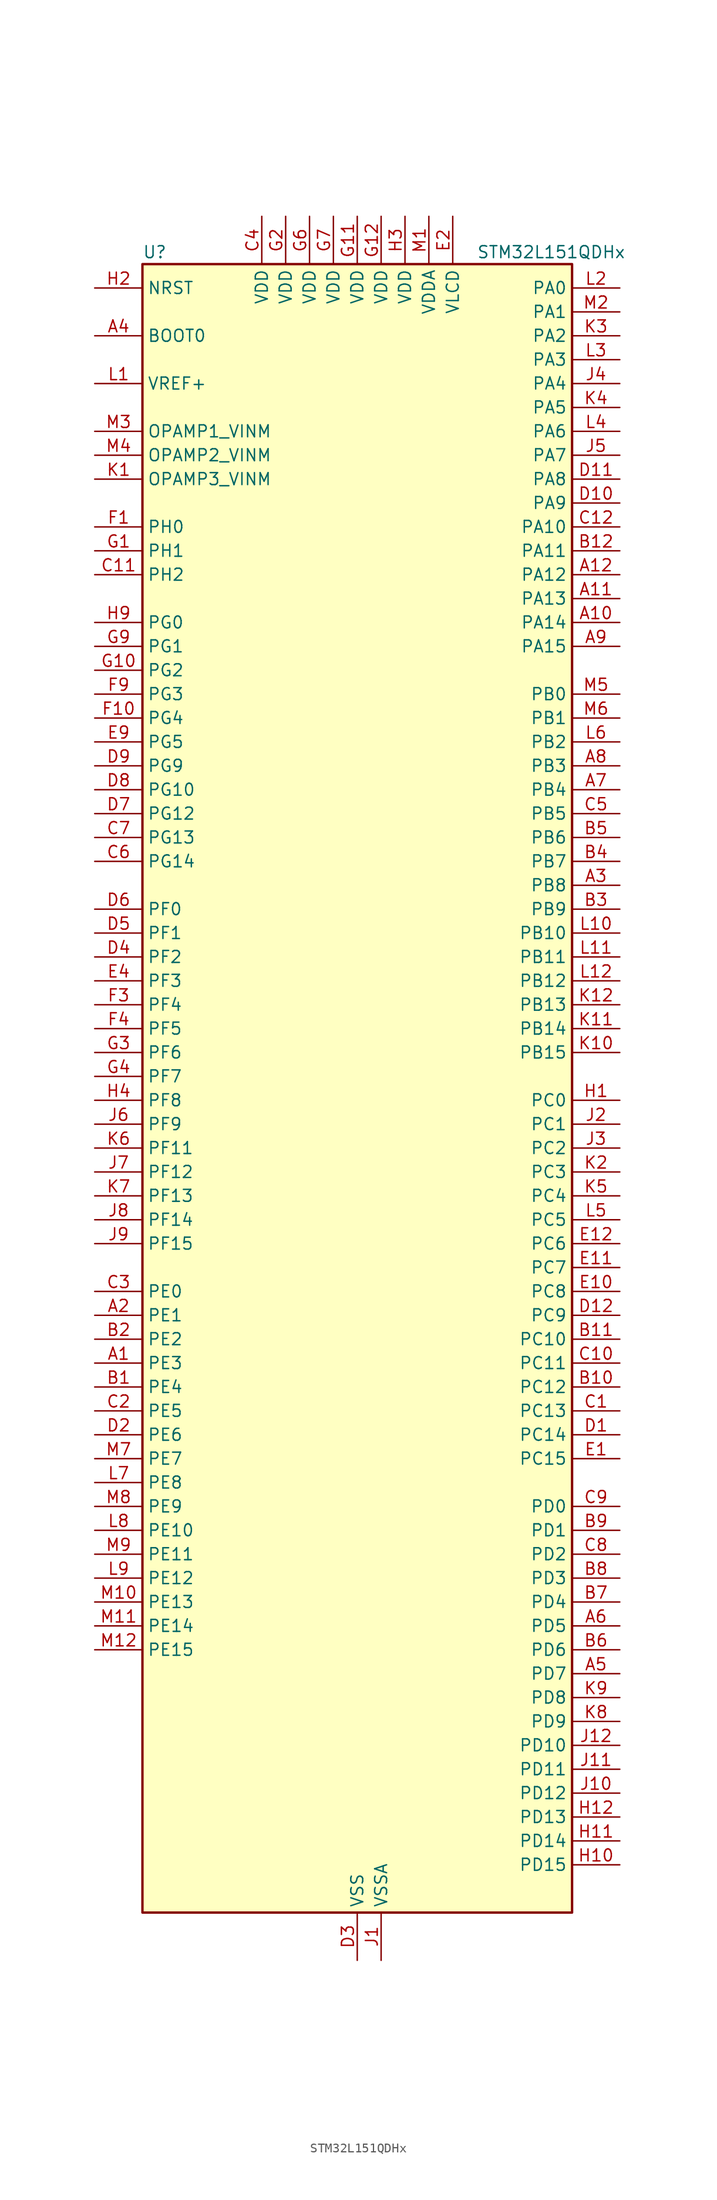
<source format=kicad_sym>
(kicad_symbol_lib
  (version 20220914)
  (generator kicad_symbol_editor)
  (symbol "STM32L151QDHx"
    (property "Reference" "U"
      (at -22.86 90.17 0)
      (effects (font (size 1.27 1.27)) (justify left)))
    (property "Value" "STM32L151QDHx"
      (at 12.7 90.17 0)
      (effects (font (size 1.27 1.27)) (justify left)))
    (property "ki_locked" ""
      (at 0 0 0)
      (effects (font (size 1.27 1.27))))
    (symbol "STM32L151QDHx_0_1"
      (rectangle (start -22.86 -86.36) (end 22.86 88.9) (stroke (width 0.254) (type default)) (fill (type background))))
    (symbol "STM32L151QDHx_1_1"
      (pin bidirectional line (at -27.94 -27.94 0) (length 5.08) (name "PE3" (effects (font (size 1.27 1.27)))) (number "A1" (effects (font (size 1.27 1.27)))) (alternate "FSMC_A19" bidirectional line) (alternate "SYS_TRACED0" bidirectional line) (alternate "TIM3_CH1" bidirectional line) (alternate "TIMX_IC4" bidirectional line))
      (pin bidirectional line (at 27.94 50.8 180) (length 5.08) (name "PA14" (effects (font (size 1.27 1.27)))) (number "A10" (effects (font (size 1.27 1.27)))) (alternate "SYS_JTCK-SWCLK" bidirectional line) (alternate "TIMX_IC3" bidirectional line) (alternate "TS_G5_IO2" bidirectional line))
      (pin bidirectional line (at 27.94 53.34 180) (length 5.08) (name "PA13" (effects (font (size 1.27 1.27)))) (number "A11" (effects (font (size 1.27 1.27)))) (alternate "SYS_JTMS-SWDIO" bidirectional line) (alternate "TIMX_IC2" bidirectional line) (alternate "TS_G5_IO1" bidirectional line))
      (pin bidirectional line (at 27.94 55.88 180) (length 5.08) (name "PA12" (effects (font (size 1.27 1.27)))) (number "A12" (effects (font (size 1.27 1.27)))) (alternate "SPI1_MOSI" bidirectional line) (alternate "TIMX_IC1" bidirectional line) (alternate "USART1_RTS" bidirectional line) (alternate "USB_DP" bidirectional line))
      (pin bidirectional line (at -27.94 -22.86 0) (length 5.08) (name "PE1" (effects (font (size 1.27 1.27)))) (number "A2" (effects (font (size 1.27 1.27)))) (alternate "FSMC_NBL1" bidirectional line) (alternate "TIM11_CH1" bidirectional line) (alternate "TIMX_IC2" bidirectional line))
      (pin bidirectional line (at 27.94 22.86 180) (length 5.08) (name "PB8" (effects (font (size 1.27 1.27)))) (number "A3" (effects (font (size 1.27 1.27)))) (alternate "I2C1_SCL" bidirectional line) (alternate "SDIO_D4" bidirectional line) (alternate "TIM10_CH1" bidirectional line) (alternate "TIM4_CH3" bidirectional line))
      (pin input line (at -27.94 81.28 0) (length 5.08) (name "BOOT0" (effects (font (size 1.27 1.27)))) (number "A4" (effects (font (size 1.27 1.27)))))
      (pin bidirectional line (at 27.94 -60.96 180) (length 5.08) (name "PD7" (effects (font (size 1.27 1.27)))) (number "A5" (effects (font (size 1.27 1.27)))) (alternate "FSMC_NE1" bidirectional line) (alternate "TIM9_CH2" bidirectional line) (alternate "TIMX_IC4" bidirectional line) (alternate "USART2_CK" bidirectional line))
      (pin bidirectional line (at 27.94 -55.88 180) (length 5.08) (name "PD5" (effects (font (size 1.27 1.27)))) (number "A6" (effects (font (size 1.27 1.27)))) (alternate "FSMC_NWE" bidirectional line) (alternate "TIMX_IC2" bidirectional line) (alternate "USART2_TX" bidirectional line))
      (pin bidirectional line (at 27.94 33.02 180) (length 5.08) (name "PB4" (effects (font (size 1.27 1.27)))) (number "A7" (effects (font (size 1.27 1.27)))) (alternate "COMP2_INP" bidirectional line) (alternate "SPI1_MISO" bidirectional line) (alternate "SPI3_MISO" bidirectional line) (alternate "SYS_JTRST" bidirectional line) (alternate "TIM3_CH1" bidirectional line) (alternate "TS_G6_IO1" bidirectional line))
      (pin bidirectional line (at 27.94 35.56 180) (length 5.08) (name "PB3" (effects (font (size 1.27 1.27)))) (number "A8" (effects (font (size 1.27 1.27)))) (alternate "COMP2_INM" bidirectional line) (alternate "I2S3_CK" bidirectional line) (alternate "SPI1_SCK" bidirectional line) (alternate "SPI3_SCK" bidirectional line) (alternate "SYS_JTDO-TRACESWO" bidirectional line) (alternate "TIM2_CH2" bidirectional line))
      (pin bidirectional line (at 27.94 48.26 180) (length 5.08) (name "PA15" (effects (font (size 1.27 1.27)))) (number "A9" (effects (font (size 1.27 1.27)))) (alternate "ADC_EXTI15" bidirectional line) (alternate "I2S3_WS" bidirectional line) (alternate "SPI1_NSS" bidirectional line) (alternate "SPI3_NSS" bidirectional line) (alternate "SYS_JTDI" bidirectional line) (alternate "TIM2_CH1" bidirectional line) (alternate "TIM2_ETR" bidirectional line) (alternate "TIMX_IC4" bidirectional line) (alternate "TS_G5_IO3" bidirectional line))
      (pin bidirectional line (at -27.94 -30.48 0) (length 5.08) (name "PE4" (effects (font (size 1.27 1.27)))) (number "B1" (effects (font (size 1.27 1.27)))) (alternate "FSMC_A20" bidirectional line) (alternate "SYS_TRACED1" bidirectional line) (alternate "TIM3_CH2" bidirectional line) (alternate "TIMX_IC1" bidirectional line))
      (pin bidirectional line (at 27.94 -30.48 180) (length 5.08) (name "PC12" (effects (font (size 1.27 1.27)))) (number "B10" (effects (font (size 1.27 1.27)))) (alternate "I2S3_SD" bidirectional line) (alternate "SDIO_CK" bidirectional line) (alternate "SPI3_MOSI" bidirectional line) (alternate "TIMX_IC1" bidirectional line) (alternate "UART5_TX" bidirectional line) (alternate "USART3_CK" bidirectional line))
      (pin bidirectional line (at 27.94 -25.4 180) (length 5.08) (name "PC10" (effects (font (size 1.27 1.27)))) (number "B11" (effects (font (size 1.27 1.27)))) (alternate "I2S3_CK" bidirectional line) (alternate "SDIO_D2" bidirectional line) (alternate "SPI3_SCK" bidirectional line) (alternate "TIMX_IC3" bidirectional line) (alternate "UART4_TX" bidirectional line) (alternate "USART3_TX" bidirectional line))
      (pin bidirectional line (at 27.94 58.42 180) (length 5.08) (name "PA11" (effects (font (size 1.27 1.27)))) (number "B12" (effects (font (size 1.27 1.27)))) (alternate "ADC_EXTI11" bidirectional line) (alternate "SPI1_MISO" bidirectional line) (alternate "TIMX_IC4" bidirectional line) (alternate "USART1_CTS" bidirectional line) (alternate "USB_DM" bidirectional line))
      (pin bidirectional line (at -27.94 -25.4 0) (length 5.08) (name "PE2" (effects (font (size 1.27 1.27)))) (number "B2" (effects (font (size 1.27 1.27)))) (alternate "FSMC_A23" bidirectional line) (alternate "SYS_TRACECK" bidirectional line) (alternate "TIM3_ETR" bidirectional line) (alternate "TIMX_IC3" bidirectional line))
      (pin bidirectional line (at 27.94 20.32 180) (length 5.08) (name "PB9" (effects (font (size 1.27 1.27)))) (number "B3" (effects (font (size 1.27 1.27)))) (alternate "DAC_EXTI9" bidirectional line) (alternate "I2C1_SDA" bidirectional line) (alternate "SDIO_D5" bidirectional line) (alternate "TIM11_CH1" bidirectional line) (alternate "TIM4_CH4" bidirectional line))
      (pin bidirectional line (at 27.94 25.4 180) (length 5.08) (name "PB7" (effects (font (size 1.27 1.27)))) (number "B4" (effects (font (size 1.27 1.27)))) (alternate "COMP2_INP" bidirectional line) (alternate "FSMC_NL" bidirectional line) (alternate "I2C1_SDA" bidirectional line) (alternate "SYS_PVD_IN" bidirectional line) (alternate "TIM4_CH2" bidirectional line) (alternate "TS_G6_IO4" bidirectional line) (alternate "USART1_RX" bidirectional line))
      (pin bidirectional line (at 27.94 27.94 180) (length 5.08) (name "PB6" (effects (font (size 1.27 1.27)))) (number "B5" (effects (font (size 1.27 1.27)))) (alternate "COMP2_INP" bidirectional line) (alternate "I2C1_SCL" bidirectional line) (alternate "TIM4_CH1" bidirectional line) (alternate "TS_G6_IO3" bidirectional line) (alternate "USART1_TX" bidirectional line))
      (pin bidirectional line (at 27.94 -58.42 180) (length 5.08) (name "PD6" (effects (font (size 1.27 1.27)))) (number "B6" (effects (font (size 1.27 1.27)))) (alternate "FSMC_NWAIT" bidirectional line) (alternate "TIMX_IC3" bidirectional line) (alternate "USART2_RX" bidirectional line))
      (pin bidirectional line (at 27.94 -53.34 180) (length 5.08) (name "PD4" (effects (font (size 1.27 1.27)))) (number "B7" (effects (font (size 1.27 1.27)))) (alternate "FSMC_NOE" bidirectional line) (alternate "I2S2_SD" bidirectional line) (alternate "SPI2_MOSI" bidirectional line) (alternate "TIMX_IC1" bidirectional line) (alternate "USART2_RTS" bidirectional line))
      (pin bidirectional line (at 27.94 -50.8 180) (length 5.08) (name "PD3" (effects (font (size 1.27 1.27)))) (number "B8" (effects (font (size 1.27 1.27)))) (alternate "FSMC_CLK" bidirectional line) (alternate "SPI2_MISO" bidirectional line) (alternate "TIMX_IC4" bidirectional line) (alternate "USART2_CTS" bidirectional line))
      (pin bidirectional line (at 27.94 -45.72 180) (length 5.08) (name "PD1" (effects (font (size 1.27 1.27)))) (number "B9" (effects (font (size 1.27 1.27)))) (alternate "FSMC_D3" bidirectional line) (alternate "FSMC_DA3" bidirectional line) (alternate "I2S2_CK" bidirectional line) (alternate "SPI2_SCK" bidirectional line) (alternate "TIMX_IC2" bidirectional line))
      (pin bidirectional line (at 27.94 -33.02 180) (length 5.08) (name "PC13" (effects (font (size 1.27 1.27)))) (number "C1" (effects (font (size 1.27 1.27)))) (alternate "RTC_OUT_ALARM" bidirectional line) (alternate "RTC_OUT_CALIB" bidirectional line) (alternate "RTC_TAMP1" bidirectional line) (alternate "RTC_TS" bidirectional line) (alternate "SYS_WKUP2" bidirectional line) (alternate "TIMX_IC2" bidirectional line))
      (pin bidirectional line (at 27.94 -27.94 180) (length 5.08) (name "PC11" (effects (font (size 1.27 1.27)))) (number "C10" (effects (font (size 1.27 1.27)))) (alternate "ADC_EXTI11" bidirectional line) (alternate "SDIO_D3" bidirectional line) (alternate "SPI3_MISO" bidirectional line) (alternate "TIMX_IC4" bidirectional line) (alternate "UART4_RX" bidirectional line) (alternate "USART3_RX" bidirectional line))
      (pin bidirectional line (at -27.94 55.88 0) (length 5.08) (name "PH2" (effects (font (size 1.27 1.27)))) (number "C11" (effects (font (size 1.27 1.27)))) (alternate "FSMC_A22" bidirectional line))
      (pin bidirectional line (at 27.94 60.96 180) (length 5.08) (name "PA10" (effects (font (size 1.27 1.27)))) (number "C12" (effects (font (size 1.27 1.27)))) (alternate "TIMX_IC3" bidirectional line) (alternate "TS_G4_IO3" bidirectional line) (alternate "USART1_RX" bidirectional line))
      (pin bidirectional line (at -27.94 -33.02 0) (length 5.08) (name "PE5" (effects (font (size 1.27 1.27)))) (number "C2" (effects (font (size 1.27 1.27)))) (alternate "FSMC_A21" bidirectional line) (alternate "SYS_TRACED2" bidirectional line) (alternate "TIM9_CH1" bidirectional line) (alternate "TIMX_IC2" bidirectional line))
      (pin bidirectional line (at -27.94 -20.32 0) (length 5.08) (name "PE0" (effects (font (size 1.27 1.27)))) (number "C3" (effects (font (size 1.27 1.27)))) (alternate "FSMC_NBL0" bidirectional line) (alternate "TIM10_CH1" bidirectional line) (alternate "TIM4_ETR" bidirectional line) (alternate "TIMX_IC1" bidirectional line))
      (pin power_in line (at -10.16 93.98 270) (length 5.08) (name "VDD" (effects (font (size 1.27 1.27)))) (number "C4" (effects (font (size 1.27 1.27)))))
      (pin bidirectional line (at 27.94 30.48 180) (length 5.08) (name "PB5" (effects (font (size 1.27 1.27)))) (number "C5" (effects (font (size 1.27 1.27)))) (alternate "COMP2_INP" bidirectional line) (alternate "I2C1_SMBA" bidirectional line) (alternate "I2S3_SD" bidirectional line) (alternate "SPI1_MOSI" bidirectional line) (alternate "SPI3_MOSI" bidirectional line) (alternate "TIM3_CH2" bidirectional line) (alternate "TS_G6_IO2" bidirectional line))
      (pin bidirectional line (at -27.94 25.4 0) (length 5.08) (name "PG14" (effects (font (size 1.27 1.27)))) (number "C6" (effects (font (size 1.27 1.27)))) (alternate "FSMC_A25" bidirectional line))
      (pin bidirectional line (at -27.94 27.94 0) (length 5.08) (name "PG13" (effects (font (size 1.27 1.27)))) (number "C7" (effects (font (size 1.27 1.27)))) (alternate "FSMC_A24" bidirectional line))
      (pin bidirectional line (at 27.94 -48.26 180) (length 5.08) (name "PD2" (effects (font (size 1.27 1.27)))) (number "C8" (effects (font (size 1.27 1.27)))) (alternate "SDIO_CMD" bidirectional line) (alternate "TIM3_ETR" bidirectional line) (alternate "TIMX_IC3" bidirectional line) (alternate "UART5_RX" bidirectional line))
      (pin bidirectional line (at 27.94 -43.18 180) (length 5.08) (name "PD0" (effects (font (size 1.27 1.27)))) (number "C9" (effects (font (size 1.27 1.27)))) (alternate "FSMC_D2" bidirectional line) (alternate "FSMC_DA2" bidirectional line) (alternate "I2S2_WS" bidirectional line) (alternate "SPI2_NSS" bidirectional line) (alternate "TIM9_CH1" bidirectional line) (alternate "TIMX_IC1" bidirectional line))
      (pin bidirectional line (at 27.94 -35.56 180) (length 5.08) (name "PC14" (effects (font (size 1.27 1.27)))) (number "D1" (effects (font (size 1.27 1.27)))) (alternate "RCC_OSC32_IN" bidirectional line) (alternate "TIMX_IC3" bidirectional line))
      (pin bidirectional line (at 27.94 63.5 180) (length 5.08) (name "PA9" (effects (font (size 1.27 1.27)))) (number "D10" (effects (font (size 1.27 1.27)))) (alternate "DAC_EXTI9" bidirectional line) (alternate "TIMX_IC2" bidirectional line) (alternate "TS_G4_IO2" bidirectional line) (alternate "USART1_TX" bidirectional line))
      (pin bidirectional line (at 27.94 66.04 180) (length 5.08) (name "PA8" (effects (font (size 1.27 1.27)))) (number "D11" (effects (font (size 1.27 1.27)))) (alternate "RCC_MCO" bidirectional line) (alternate "TIMX_IC1" bidirectional line) (alternate "TS_G4_IO1" bidirectional line) (alternate "USART1_CK" bidirectional line))
      (pin bidirectional line (at 27.94 -22.86 180) (length 5.08) (name "PC9" (effects (font (size 1.27 1.27)))) (number "D12" (effects (font (size 1.27 1.27)))) (alternate "DAC_EXTI9" bidirectional line) (alternate "SDIO_D1" bidirectional line) (alternate "TIM3_CH4" bidirectional line) (alternate "TIMX_IC2" bidirectional line) (alternate "TS_G10_IO4" bidirectional line))
      (pin bidirectional line (at -27.94 -35.56 0) (length 5.08) (name "PE6" (effects (font (size 1.27 1.27)))) (number "D2" (effects (font (size 1.27 1.27)))) (alternate "RTC_TAMP3" bidirectional line) (alternate "SYS_TRACED3" bidirectional line) (alternate "SYS_WKUP3" bidirectional line) (alternate "TIM9_CH2" bidirectional line) (alternate "TIMX_IC3" bidirectional line))
      (pin power_in line (at 0 -91.44 90) (length 5.08) (name "VSS" (effects (font (size 1.27 1.27)))) (number "D3" (effects (font (size 1.27 1.27)))))
      (pin bidirectional line (at -27.94 15.24 0) (length 5.08) (name "PF2" (effects (font (size 1.27 1.27)))) (number "D4" (effects (font (size 1.27 1.27)))) (alternate "FSMC_A2" bidirectional line))
      (pin bidirectional line (at -27.94 17.78 0) (length 5.08) (name "PF1" (effects (font (size 1.27 1.27)))) (number "D5" (effects (font (size 1.27 1.27)))) (alternate "FSMC_A1" bidirectional line))
      (pin bidirectional line (at -27.94 20.32 0) (length 5.08) (name "PF0" (effects (font (size 1.27 1.27)))) (number "D6" (effects (font (size 1.27 1.27)))) (alternate "FSMC_A0" bidirectional line))
      (pin bidirectional line (at -27.94 30.48 0) (length 5.08) (name "PG12" (effects (font (size 1.27 1.27)))) (number "D7" (effects (font (size 1.27 1.27)))) (alternate "FSMC_NE4" bidirectional line))
      (pin bidirectional line (at -27.94 33.02 0) (length 5.08) (name "PG10" (effects (font (size 1.27 1.27)))) (number "D8" (effects (font (size 1.27 1.27)))) (alternate "FSMC_NE3" bidirectional line))
      (pin bidirectional line (at -27.94 35.56 0) (length 5.08) (name "PG9" (effects (font (size 1.27 1.27)))) (number "D9" (effects (font (size 1.27 1.27)))) (alternate "DAC_EXTI9" bidirectional line) (alternate "FSMC_NE2" bidirectional line))
      (pin bidirectional line (at 27.94 -38.1 180) (length 5.08) (name "PC15" (effects (font (size 1.27 1.27)))) (number "E1" (effects (font (size 1.27 1.27)))) (alternate "ADC_EXTI15" bidirectional line) (alternate "RCC_OSC32_OUT" bidirectional line) (alternate "TIMX_IC4" bidirectional line))
      (pin bidirectional line (at 27.94 -20.32 180) (length 5.08) (name "PC8" (effects (font (size 1.27 1.27)))) (number "E10" (effects (font (size 1.27 1.27)))) (alternate "SDIO_D0" bidirectional line) (alternate "TIM3_CH3" bidirectional line) (alternate "TIMX_IC1" bidirectional line) (alternate "TS_G10_IO3" bidirectional line))
      (pin bidirectional line (at 27.94 -17.78 180) (length 5.08) (name "PC7" (effects (font (size 1.27 1.27)))) (number "E11" (effects (font (size 1.27 1.27)))) (alternate "I2S3_MCK" bidirectional line) (alternate "SDIO_D7" bidirectional line) (alternate "TIM3_CH2" bidirectional line) (alternate "TIMX_IC4" bidirectional line) (alternate "TS_G10_IO2" bidirectional line))
      (pin bidirectional line (at 27.94 -15.24 180) (length 5.08) (name "PC6" (effects (font (size 1.27 1.27)))) (number "E12" (effects (font (size 1.27 1.27)))) (alternate "I2S2_MCK" bidirectional line) (alternate "SDIO_D6" bidirectional line) (alternate "TIM3_CH1" bidirectional line) (alternate "TIMX_IC3" bidirectional line) (alternate "TS_G10_IO1" bidirectional line))
      (pin power_in line (at 10.16 93.98 270) (length 5.08) (name "VLCD" (effects (font (size 1.27 1.27)))) (number "E2" (effects (font (size 1.27 1.27)))))
      (pin passive line (at 0 -91.44 90) (length 5.08) hide (name "VSS" (effects (font (size 1.27 1.27)))) (number "E3" (effects (font (size 1.27 1.27)))))
      (pin bidirectional line (at -27.94 12.7 0) (length 5.08) (name "PF3" (effects (font (size 1.27 1.27)))) (number "E4" (effects (font (size 1.27 1.27)))) (alternate "FSMC_A3" bidirectional line))
      (pin bidirectional line (at -27.94 38.1 0) (length 5.08) (name "PG5" (effects (font (size 1.27 1.27)))) (number "E9" (effects (font (size 1.27 1.27)))) (alternate "FSMC_A15" bidirectional line))
      (pin bidirectional line (at -27.94 60.96 0) (length 5.08) (name "PH0" (effects (font (size 1.27 1.27)))) (number "F1" (effects (font (size 1.27 1.27)))) (alternate "RCC_OSC_IN" bidirectional line))
      (pin bidirectional line (at -27.94 40.64 0) (length 5.08) (name "PG4" (effects (font (size 1.27 1.27)))) (number "F10" (effects (font (size 1.27 1.27)))) (alternate "ADC_IN12b" bidirectional line) (alternate "FSMC_A14" bidirectional line) (alternate "TS_G7_IO7" bidirectional line))
      (pin passive line (at 0 -91.44 90) (length 5.08) hide (name "VSS" (effects (font (size 1.27 1.27)))) (number "F11" (effects (font (size 1.27 1.27)))))
      (pin passive line (at 0 -91.44 90) (length 5.08) hide (name "VSS" (effects (font (size 1.27 1.27)))) (number "F12" (effects (font (size 1.27 1.27)))))
      (pin passive line (at 0 -91.44 90) (length 5.08) hide (name "VSS" (effects (font (size 1.27 1.27)))) (number "F2" (effects (font (size 1.27 1.27)))))
      (pin bidirectional line (at -27.94 10.16 0) (length 5.08) (name "PF4" (effects (font (size 1.27 1.27)))) (number "F3" (effects (font (size 1.27 1.27)))) (alternate "FSMC_A4" bidirectional line))
      (pin bidirectional line (at -27.94 7.62 0) (length 5.08) (name "PF5" (effects (font (size 1.27 1.27)))) (number "F4" (effects (font (size 1.27 1.27)))) (alternate "FSMC_A5" bidirectional line))
      (pin passive line (at 0 -91.44 90) (length 5.08) hide (name "VSS" (effects (font (size 1.27 1.27)))) (number "F6" (effects (font (size 1.27 1.27)))))
      (pin passive line (at 0 -91.44 90) (length 5.08) hide (name "VSS" (effects (font (size 1.27 1.27)))) (number "F7" (effects (font (size 1.27 1.27)))))
      (pin bidirectional line (at -27.94 43.18 0) (length 5.08) (name "PG3" (effects (font (size 1.27 1.27)))) (number "F9" (effects (font (size 1.27 1.27)))) (alternate "ADC_IN11b" bidirectional line) (alternate "FSMC_A13" bidirectional line) (alternate "TS_G7_IO6" bidirectional line))
      (pin bidirectional line (at -27.94 58.42 0) (length 5.08) (name "PH1" (effects (font (size 1.27 1.27)))) (number "G1" (effects (font (size 1.27 1.27)))) (alternate "RCC_OSC_OUT" bidirectional line))
      (pin bidirectional line (at -27.94 45.72 0) (length 5.08) (name "PG2" (effects (font (size 1.27 1.27)))) (number "G10" (effects (font (size 1.27 1.27)))) (alternate "ADC_IN10b" bidirectional line) (alternate "FSMC_A12" bidirectional line) (alternate "TS_G7_IO5" bidirectional line))
      (pin power_in line (at 0 93.98 270) (length 5.08) (name "VDD" (effects (font (size 1.27 1.27)))) (number "G11" (effects (font (size 1.27 1.27)))))
      (pin power_in line (at 2.54 93.98 270) (length 5.08) (name "VDD" (effects (font (size 1.27 1.27)))) (number "G12" (effects (font (size 1.27 1.27)))))
      (pin power_in line (at -7.62 93.98 270) (length 5.08) (name "VDD" (effects (font (size 1.27 1.27)))) (number "G2" (effects (font (size 1.27 1.27)))))
      (pin bidirectional line (at -27.94 5.08 0) (length 5.08) (name "PF6" (effects (font (size 1.27 1.27)))) (number "G3" (effects (font (size 1.27 1.27)))) (alternate "ADC_IN27" bidirectional line) (alternate "TIM5_CH1" bidirectional line) (alternate "TIM5_ETR" bidirectional line) (alternate "TS_G11_IO1" bidirectional line))
      (pin bidirectional line (at -27.94 2.54 0) (length 5.08) (name "PF7" (effects (font (size 1.27 1.27)))) (number "G4" (effects (font (size 1.27 1.27)))) (alternate "ADC_IN28" bidirectional line) (alternate "COMP1_INP" bidirectional line) (alternate "TIM5_CH2" bidirectional line) (alternate "TS_G11_IO2" bidirectional line))
      (pin power_in line (at -5.08 93.98 270) (length 5.08) (name "VDD" (effects (font (size 1.27 1.27)))) (number "G6" (effects (font (size 1.27 1.27)))))
      (pin power_in line (at -2.54 93.98 270) (length 5.08) (name "VDD" (effects (font (size 1.27 1.27)))) (number "G7" (effects (font (size 1.27 1.27)))))
      (pin bidirectional line (at -27.94 48.26 0) (length 5.08) (name "PG1" (effects (font (size 1.27 1.27)))) (number "G9" (effects (font (size 1.27 1.27)))) (alternate "ADC_IN9b" bidirectional line) (alternate "FSMC_A11" bidirectional line) (alternate "TS_G2_IO5" bidirectional line))
      (pin bidirectional line (at 27.94 0 180) (length 5.08) (name "PC0" (effects (font (size 1.27 1.27)))) (number "H1" (effects (font (size 1.27 1.27)))) (alternate "ADC_IN10" bidirectional line) (alternate "COMP1_INP" bidirectional line) (alternate "TIMX_IC1" bidirectional line) (alternate "TS_G8_IO1" bidirectional line))
      (pin bidirectional line (at 27.94 -81.28 180) (length 5.08) (name "PD15" (effects (font (size 1.27 1.27)))) (number "H10" (effects (font (size 1.27 1.27)))) (alternate "ADC_EXTI15" bidirectional line) (alternate "FSMC_D1" bidirectional line) (alternate "FSMC_DA1" bidirectional line) (alternate "TIM4_CH4" bidirectional line) (alternate "TIMX_IC4" bidirectional line))
      (pin bidirectional line (at 27.94 -78.74 180) (length 5.08) (name "PD14" (effects (font (size 1.27 1.27)))) (number "H11" (effects (font (size 1.27 1.27)))) (alternate "FSMC_D0" bidirectional line) (alternate "FSMC_DA0" bidirectional line) (alternate "TIM4_CH3" bidirectional line) (alternate "TIMX_IC3" bidirectional line))
      (pin bidirectional line (at 27.94 -76.2 180) (length 5.08) (name "PD13" (effects (font (size 1.27 1.27)))) (number "H12" (effects (font (size 1.27 1.27)))) (alternate "FSMC_A18" bidirectional line) (alternate "TIM4_CH2" bidirectional line) (alternate "TIMX_IC2" bidirectional line))
      (pin input line (at -27.94 86.36 0) (length 5.08) (name "NRST" (effects (font (size 1.27 1.27)))) (number "H2" (effects (font (size 1.27 1.27)))))
      (pin power_in line (at 5.08 93.98 270) (length 5.08) (name "VDD" (effects (font (size 1.27 1.27)))) (number "H3" (effects (font (size 1.27 1.27)))))
      (pin bidirectional line (at -27.94 0 0) (length 5.08) (name "PF8" (effects (font (size 1.27 1.27)))) (number "H4" (effects (font (size 1.27 1.27)))) (alternate "ADC_IN29" bidirectional line) (alternate "COMP1_INP" bidirectional line) (alternate "TIM5_CH3" bidirectional line) (alternate "TS_G11_IO3" bidirectional line))
      (pin bidirectional line (at -27.94 50.8 0) (length 5.08) (name "PG0" (effects (font (size 1.27 1.27)))) (number "H9" (effects (font (size 1.27 1.27)))) (alternate "ADC_IN8b" bidirectional line) (alternate "FSMC_A10" bidirectional line) (alternate "TS_G2_IO4" bidirectional line))
      (pin power_in line (at 2.54 -91.44 90) (length 5.08) (name "VSSA" (effects (font (size 1.27 1.27)))) (number "J1" (effects (font (size 1.27 1.27)))))
      (pin bidirectional line (at 27.94 -73.66 180) (length 5.08) (name "PD12" (effects (font (size 1.27 1.27)))) (number "J10" (effects (font (size 1.27 1.27)))) (alternate "FSMC_A17" bidirectional line) (alternate "TIM4_CH1" bidirectional line) (alternate "TIMX_IC1" bidirectional line) (alternate "USART3_RTS" bidirectional line))
      (pin bidirectional line (at 27.94 -71.12 180) (length 5.08) (name "PD11" (effects (font (size 1.27 1.27)))) (number "J11" (effects (font (size 1.27 1.27)))) (alternate "ADC_EXTI11" bidirectional line) (alternate "FSMC_A16" bidirectional line) (alternate "TIMX_IC4" bidirectional line) (alternate "USART3_CTS" bidirectional line))
      (pin bidirectional line (at 27.94 -68.58 180) (length 5.08) (name "PD10" (effects (font (size 1.27 1.27)))) (number "J12" (effects (font (size 1.27 1.27)))) (alternate "FSMC_D15" bidirectional line) (alternate "FSMC_DA15" bidirectional line) (alternate "TIMX_IC3" bidirectional line) (alternate "USART3_CK" bidirectional line))
      (pin bidirectional line (at 27.94 -2.54 180) (length 5.08) (name "PC1" (effects (font (size 1.27 1.27)))) (number "J2" (effects (font (size 1.27 1.27)))) (alternate "ADC_IN11" bidirectional line) (alternate "COMP1_INP" bidirectional line) (alternate "OPAMP3_VINP" bidirectional line) (alternate "TIMX_IC2" bidirectional line) (alternate "TS_G8_IO2" bidirectional line))
      (pin bidirectional line (at 27.94 -5.08 180) (length 5.08) (name "PC2" (effects (font (size 1.27 1.27)))) (number "J3" (effects (font (size 1.27 1.27)))) (alternate "ADC_IN12" bidirectional line) (alternate "COMP1_INP" bidirectional line) (alternate "TIMX_IC3" bidirectional line) (alternate "TS_G8_IO3" bidirectional line))
      (pin bidirectional line (at 27.94 76.2 180) (length 5.08) (name "PA4" (effects (font (size 1.27 1.27)))) (number "J4" (effects (font (size 1.27 1.27)))) (alternate "ADC_IN4" bidirectional line) (alternate "COMP1_INP" bidirectional line) (alternate "DAC_OUT1" bidirectional line) (alternate "I2S3_WS" bidirectional line) (alternate "SPI1_NSS" bidirectional line) (alternate "SPI3_NSS" bidirectional line) (alternate "TIMX_IC1" bidirectional line) (alternate "USART2_CK" bidirectional line))
      (pin bidirectional line (at 27.94 68.58 180) (length 5.08) (name "PA7" (effects (font (size 1.27 1.27)))) (number "J5" (effects (font (size 1.27 1.27)))) (alternate "ADC_IN7" bidirectional line) (alternate "COMP1_INP" bidirectional line) (alternate "SPI1_MOSI" bidirectional line) (alternate "TIM11_CH1" bidirectional line) (alternate "TIM3_CH2" bidirectional line) (alternate "TIMX_IC4" bidirectional line) (alternate "TS_G2_IO2" bidirectional line))
      (pin bidirectional line (at -27.94 -2.54 0) (length 5.08) (name "PF9" (effects (font (size 1.27 1.27)))) (number "J6" (effects (font (size 1.27 1.27)))) (alternate "ADC_IN30" bidirectional line) (alternate "COMP1_INP" bidirectional line) (alternate "DAC_EXTI9" bidirectional line) (alternate "TIM5_CH4" bidirectional line) (alternate "TS_G11_IO4" bidirectional line))
      (pin bidirectional line (at -27.94 -7.62 0) (length 5.08) (name "PF12" (effects (font (size 1.27 1.27)))) (number "J7" (effects (font (size 1.27 1.27)))) (alternate "ADC_IN2b" bidirectional line) (alternate "FSMC_A6" bidirectional line) (alternate "TS_G3_IO5" bidirectional line))
      (pin bidirectional line (at -27.94 -12.7 0) (length 5.08) (name "PF14" (effects (font (size 1.27 1.27)))) (number "J8" (effects (font (size 1.27 1.27)))) (alternate "ADC_IN6b" bidirectional line) (alternate "FSMC_A8" bidirectional line) (alternate "TS_G9_IO4" bidirectional line))
      (pin bidirectional line (at -27.94 -15.24 0) (length 5.08) (name "PF15" (effects (font (size 1.27 1.27)))) (number "J9" (effects (font (size 1.27 1.27)))) (alternate "ADC_EXTI15" bidirectional line) (alternate "ADC_IN7b" bidirectional line) (alternate "FSMC_A9" bidirectional line) (alternate "TS_G2_IO3" bidirectional line))
      (pin input line (at -27.94 66.04 0) (length 5.08) (name "OPAMP3_VINM" (effects (font (size 1.27 1.27)))) (number "K1" (effects (font (size 1.27 1.27)))) (alternate "OPAMP3_VINM" bidirectional line))
      (pin bidirectional line (at 27.94 5.08 180) (length 5.08) (name "PB15" (effects (font (size 1.27 1.27)))) (number "K10" (effects (font (size 1.27 1.27)))) (alternate "ADC_EXTI15" bidirectional line) (alternate "ADC_IN21" bidirectional line) (alternate "COMP1_INP" bidirectional line) (alternate "I2S2_SD" bidirectional line) (alternate "RTC_REFIN" bidirectional line) (alternate "SPI2_MOSI" bidirectional line) (alternate "TIM11_CH1" bidirectional line) (alternate "TS_G7_IO4" bidirectional line))
      (pin bidirectional line (at 27.94 7.62 180) (length 5.08) (name "PB14" (effects (font (size 1.27 1.27)))) (number "K11" (effects (font (size 1.27 1.27)))) (alternate "ADC_IN20" bidirectional line) (alternate "COMP1_INP" bidirectional line) (alternate "SPI2_MISO" bidirectional line) (alternate "TIM9_CH2" bidirectional line) (alternate "TS_G7_IO3" bidirectional line) (alternate "USART3_RTS" bidirectional line))
      (pin bidirectional line (at 27.94 10.16 180) (length 5.08) (name "PB13" (effects (font (size 1.27 1.27)))) (number "K12" (effects (font (size 1.27 1.27)))) (alternate "ADC_IN19" bidirectional line) (alternate "COMP1_INP" bidirectional line) (alternate "I2S2_CK" bidirectional line) (alternate "SPI2_SCK" bidirectional line) (alternate "TIM9_CH1" bidirectional line) (alternate "TS_G7_IO2" bidirectional line) (alternate "USART3_CTS" bidirectional line))
      (pin bidirectional line (at 27.94 -7.62 180) (length 5.08) (name "PC3" (effects (font (size 1.27 1.27)))) (number "K2" (effects (font (size 1.27 1.27)))) (alternate "ADC_IN13" bidirectional line) (alternate "COMP1_INP" bidirectional line) (alternate "OPAMP3_VOUT" bidirectional line) (alternate "TIMX_IC4" bidirectional line) (alternate "TS_G8_IO4" bidirectional line))
      (pin bidirectional line (at 27.94 81.28 180) (length 5.08) (name "PA2" (effects (font (size 1.27 1.27)))) (number "K3" (effects (font (size 1.27 1.27)))) (alternate "ADC_IN2" bidirectional line) (alternate "COMP1_INP" bidirectional line) (alternate "TIM2_CH3" bidirectional line) (alternate "TIM5_CH3" bidirectional line) (alternate "TIM9_CH1" bidirectional line) (alternate "TIMX_IC3" bidirectional line) (alternate "TS_G1_IO3" bidirectional line) (alternate "USART2_TX" bidirectional line))
      (pin bidirectional line (at 27.94 73.66 180) (length 5.08) (name "PA5" (effects (font (size 1.27 1.27)))) (number "K4" (effects (font (size 1.27 1.27)))) (alternate "ADC_IN5" bidirectional line) (alternate "COMP1_INP" bidirectional line) (alternate "DAC_OUT2" bidirectional line) (alternate "SPI1_SCK" bidirectional line) (alternate "TIM2_CH1" bidirectional line) (alternate "TIM2_ETR" bidirectional line) (alternate "TIMX_IC2" bidirectional line))
      (pin bidirectional line (at 27.94 -10.16 180) (length 5.08) (name "PC4" (effects (font (size 1.27 1.27)))) (number "K5" (effects (font (size 1.27 1.27)))) (alternate "ADC_IN14" bidirectional line) (alternate "COMP1_INP" bidirectional line) (alternate "TIMX_IC1" bidirectional line) (alternate "TS_G9_IO1" bidirectional line))
      (pin bidirectional line (at -27.94 -5.08 0) (length 5.08) (name "PF11" (effects (font (size 1.27 1.27)))) (number "K6" (effects (font (size 1.27 1.27)))) (alternate "ADC_EXTI11" bidirectional line) (alternate "ADC_IN1b" bidirectional line) (alternate "TS_G3_IO4" bidirectional line))
      (pin bidirectional line (at -27.94 -10.16 0) (length 5.08) (name "PF13" (effects (font (size 1.27 1.27)))) (number "K7" (effects (font (size 1.27 1.27)))) (alternate "ADC_IN3b" bidirectional line) (alternate "FSMC_A7" bidirectional line) (alternate "TS_G9_IO3" bidirectional line))
      (pin bidirectional line (at 27.94 -66.04 180) (length 5.08) (name "PD9" (effects (font (size 1.27 1.27)))) (number "K8" (effects (font (size 1.27 1.27)))) (alternate "DAC_EXTI9" bidirectional line) (alternate "FSMC_D14" bidirectional line) (alternate "FSMC_DA14" bidirectional line) (alternate "TIMX_IC2" bidirectional line) (alternate "USART3_RX" bidirectional line))
      (pin bidirectional line (at 27.94 -63.5 180) (length 5.08) (name "PD8" (effects (font (size 1.27 1.27)))) (number "K9" (effects (font (size 1.27 1.27)))) (alternate "FSMC_D13" bidirectional line) (alternate "FSMC_DA13" bidirectional line) (alternate "TIMX_IC1" bidirectional line) (alternate "USART3_TX" bidirectional line))
      (pin input line (at -27.94 76.2 0) (length 5.08) (name "VREF+" (effects (font (size 1.27 1.27)))) (number "L1" (effects (font (size 1.27 1.27)))))
      (pin bidirectional line (at 27.94 17.78 180) (length 5.08) (name "PB10" (effects (font (size 1.27 1.27)))) (number "L10" (effects (font (size 1.27 1.27)))) (alternate "I2C2_SCL" bidirectional line) (alternate "TIM2_CH3" bidirectional line) (alternate "USART3_TX" bidirectional line))
      (pin bidirectional line (at 27.94 15.24 180) (length 5.08) (name "PB11" (effects (font (size 1.27 1.27)))) (number "L11" (effects (font (size 1.27 1.27)))) (alternate "ADC_EXTI11" bidirectional line) (alternate "I2C2_SDA" bidirectional line) (alternate "TIM2_CH4" bidirectional line) (alternate "USART3_RX" bidirectional line))
      (pin bidirectional line (at 27.94 12.7 180) (length 5.08) (name "PB12" (effects (font (size 1.27 1.27)))) (number "L12" (effects (font (size 1.27 1.27)))) (alternate "ADC_IN18" bidirectional line) (alternate "COMP1_INP" bidirectional line) (alternate "I2C2_SMBA" bidirectional line) (alternate "I2S2_WS" bidirectional line) (alternate "SPI2_NSS" bidirectional line) (alternate "TIM10_CH1" bidirectional line) (alternate "TS_G7_IO1" bidirectional line) (alternate "USART3_CK" bidirectional line))
      (pin bidirectional line (at 27.94 86.36 180) (length 5.08) (name "PA0" (effects (font (size 1.27 1.27)))) (number "L2" (effects (font (size 1.27 1.27)))) (alternate "ADC_IN0" bidirectional line) (alternate "COMP1_INP" bidirectional line) (alternate "RTC_TAMP2" bidirectional line) (alternate "SYS_WKUP1" bidirectional line) (alternate "TIM2_CH1" bidirectional line) (alternate "TIM2_ETR" bidirectional line) (alternate "TIM5_CH1" bidirectional line) (alternate "TIMX_IC1" bidirectional line) (alternate "TS_G1_IO1" bidirectional line) (alternate "USART2_CTS" bidirectional line))
      (pin bidirectional line (at 27.94 78.74 180) (length 5.08) (name "PA3" (effects (font (size 1.27 1.27)))) (number "L3" (effects (font (size 1.27 1.27)))) (alternate "ADC_IN3" bidirectional line) (alternate "COMP1_INP" bidirectional line) (alternate "OPAMP1_VOUT" bidirectional line) (alternate "TIM2_CH4" bidirectional line) (alternate "TIM5_CH4" bidirectional line) (alternate "TIM9_CH2" bidirectional line) (alternate "TIMX_IC4" bidirectional line) (alternate "TS_G1_IO4" bidirectional line) (alternate "USART2_RX" bidirectional line))
      (pin bidirectional line (at 27.94 71.12 180) (length 5.08) (name "PA6" (effects (font (size 1.27 1.27)))) (number "L4" (effects (font (size 1.27 1.27)))) (alternate "ADC_IN6" bidirectional line) (alternate "COMP1_INP" bidirectional line) (alternate "OPAMP2_VINP" bidirectional line) (alternate "SPI1_MISO" bidirectional line) (alternate "TIM10_CH1" bidirectional line) (alternate "TIM3_CH1" bidirectional line) (alternate "TIMX_IC3" bidirectional line) (alternate "TS_G2_IO1" bidirectional line))
      (pin bidirectional line (at 27.94 -12.7 180) (length 5.08) (name "PC5" (effects (font (size 1.27 1.27)))) (number "L5" (effects (font (size 1.27 1.27)))) (alternate "ADC_IN15" bidirectional line) (alternate "COMP1_INP" bidirectional line) (alternate "TIMX_IC2" bidirectional line) (alternate "TS_G9_IO2" bidirectional line))
      (pin bidirectional line (at 27.94 38.1 180) (length 5.08) (name "PB2" (effects (font (size 1.27 1.27)))) (number "L6" (effects (font (size 1.27 1.27)))) (alternate "ADC_IN0b" bidirectional line) (alternate "TS_G3_IO3" bidirectional line))
      (pin bidirectional line (at -27.94 -40.64 0) (length 5.08) (name "PE8" (effects (font (size 1.27 1.27)))) (number "L7" (effects (font (size 1.27 1.27)))) (alternate "ADC_IN23" bidirectional line) (alternate "COMP1_INP" bidirectional line) (alternate "FSMC_D5" bidirectional line) (alternate "FSMC_DA5" bidirectional line) (alternate "TIMX_IC1" bidirectional line))
      (pin bidirectional line (at -27.94 -45.72 0) (length 5.08) (name "PE10" (effects (font (size 1.27 1.27)))) (number "L8" (effects (font (size 1.27 1.27)))) (alternate "ADC_IN25" bidirectional line) (alternate "COMP1_INP" bidirectional line) (alternate "FSMC_D7" bidirectional line) (alternate "FSMC_DA7" bidirectional line) (alternate "TIM2_CH2" bidirectional line) (alternate "TIMX_IC3" bidirectional line))
      (pin bidirectional line (at -27.94 -50.8 0) (length 5.08) (name "PE12" (effects (font (size 1.27 1.27)))) (number "L9" (effects (font (size 1.27 1.27)))) (alternate "FSMC_D9" bidirectional line) (alternate "FSMC_DA9" bidirectional line) (alternate "SPI1_NSS" bidirectional line) (alternate "TIM2_CH4" bidirectional line) (alternate "TIMX_IC1" bidirectional line))
      (pin power_in line (at 7.62 93.98 270) (length 5.08) (name "VDDA" (effects (font (size 1.27 1.27)))) (number "M1" (effects (font (size 1.27 1.27)))))
      (pin bidirectional line (at -27.94 -53.34 0) (length 5.08) (name "PE13" (effects (font (size 1.27 1.27)))) (number "M10" (effects (font (size 1.27 1.27)))) (alternate "FSMC_D10" bidirectional line) (alternate "FSMC_DA10" bidirectional line) (alternate "SPI1_SCK" bidirectional line) (alternate "TIMX_IC2" bidirectional line))
      (pin bidirectional line (at -27.94 -55.88 0) (length 5.08) (name "PE14" (effects (font (size 1.27 1.27)))) (number "M11" (effects (font (size 1.27 1.27)))) (alternate "FSMC_D11" bidirectional line) (alternate "FSMC_DA11" bidirectional line) (alternate "SPI1_MISO" bidirectional line) (alternate "TIMX_IC3" bidirectional line))
      (pin bidirectional line (at -27.94 -58.42 0) (length 5.08) (name "PE15" (effects (font (size 1.27 1.27)))) (number "M12" (effects (font (size 1.27 1.27)))) (alternate "ADC_EXTI15" bidirectional line) (alternate "FSMC_D12" bidirectional line) (alternate "FSMC_DA12" bidirectional line) (alternate "SPI1_MOSI" bidirectional line) (alternate "TIMX_IC4" bidirectional line))
      (pin bidirectional line (at 27.94 83.82 180) (length 5.08) (name "PA1" (effects (font (size 1.27 1.27)))) (number "M2" (effects (font (size 1.27 1.27)))) (alternate "ADC_IN1" bidirectional line) (alternate "COMP1_INP" bidirectional line) (alternate "OPAMP1_VINP" bidirectional line) (alternate "TIM2_CH2" bidirectional line) (alternate "TIM5_CH2" bidirectional line) (alternate "TIMX_IC2" bidirectional line) (alternate "TS_G1_IO2" bidirectional line) (alternate "USART2_RTS" bidirectional line))
      (pin input line (at -27.94 71.12 0) (length 5.08) (name "OPAMP1_VINM" (effects (font (size 1.27 1.27)))) (number "M3" (effects (font (size 1.27 1.27)))) (alternate "OPAMP1_VINM" bidirectional line))
      (pin input line (at -27.94 68.58 0) (length 5.08) (name "OPAMP2_VINM" (effects (font (size 1.27 1.27)))) (number "M4" (effects (font (size 1.27 1.27)))) (alternate "OPAMP2_VINM" bidirectional line))
      (pin bidirectional line (at 27.94 43.18 180) (length 5.08) (name "PB0" (effects (font (size 1.27 1.27)))) (number "M5" (effects (font (size 1.27 1.27)))) (alternate "ADC_IN8" bidirectional line) (alternate "COMP1_INP" bidirectional line) (alternate "OPAMP2_VOUT" bidirectional line) (alternate "SYS_V_REF_OUT" bidirectional line) (alternate "TIM3_CH3" bidirectional line) (alternate "TS_G3_IO1" bidirectional line))
      (pin bidirectional line (at 27.94 40.64 180) (length 5.08) (name "PB1" (effects (font (size 1.27 1.27)))) (number "M6" (effects (font (size 1.27 1.27)))) (alternate "ADC_IN9" bidirectional line) (alternate "COMP1_INP" bidirectional line) (alternate "SYS_V_REF_OUT" bidirectional line) (alternate "TIM3_CH4" bidirectional line) (alternate "TS_G3_IO2" bidirectional line))
      (pin bidirectional line (at -27.94 -38.1 0) (length 5.08) (name "PE7" (effects (font (size 1.27 1.27)))) (number "M7" (effects (font (size 1.27 1.27)))) (alternate "ADC_IN22" bidirectional line) (alternate "COMP1_INP" bidirectional line) (alternate "FSMC_D4" bidirectional line) (alternate "FSMC_DA4" bidirectional line) (alternate "TIMX_IC4" bidirectional line))
      (pin bidirectional line (at -27.94 -43.18 0) (length 5.08) (name "PE9" (effects (font (size 1.27 1.27)))) (number "M8" (effects (font (size 1.27 1.27)))) (alternate "ADC_IN24" bidirectional line) (alternate "COMP1_INP" bidirectional line) (alternate "DAC_EXTI9" bidirectional line) (alternate "FSMC_D6" bidirectional line) (alternate "FSMC_DA6" bidirectional line) (alternate "TIM2_CH1" bidirectional line) (alternate "TIM2_ETR" bidirectional line) (alternate "TIMX_IC2" bidirectional line))
      (pin bidirectional line (at -27.94 -48.26 0) (length 5.08) (name "PE11" (effects (font (size 1.27 1.27)))) (number "M9" (effects (font (size 1.27 1.27)))) (alternate "ADC_EXTI11" bidirectional line) (alternate "FSMC_D8" bidirectional line) (alternate "FSMC_DA8" bidirectional line) (alternate "TIM2_CH3" bidirectional line) (alternate "TIMX_IC4" bidirectional line)))))
</source>
